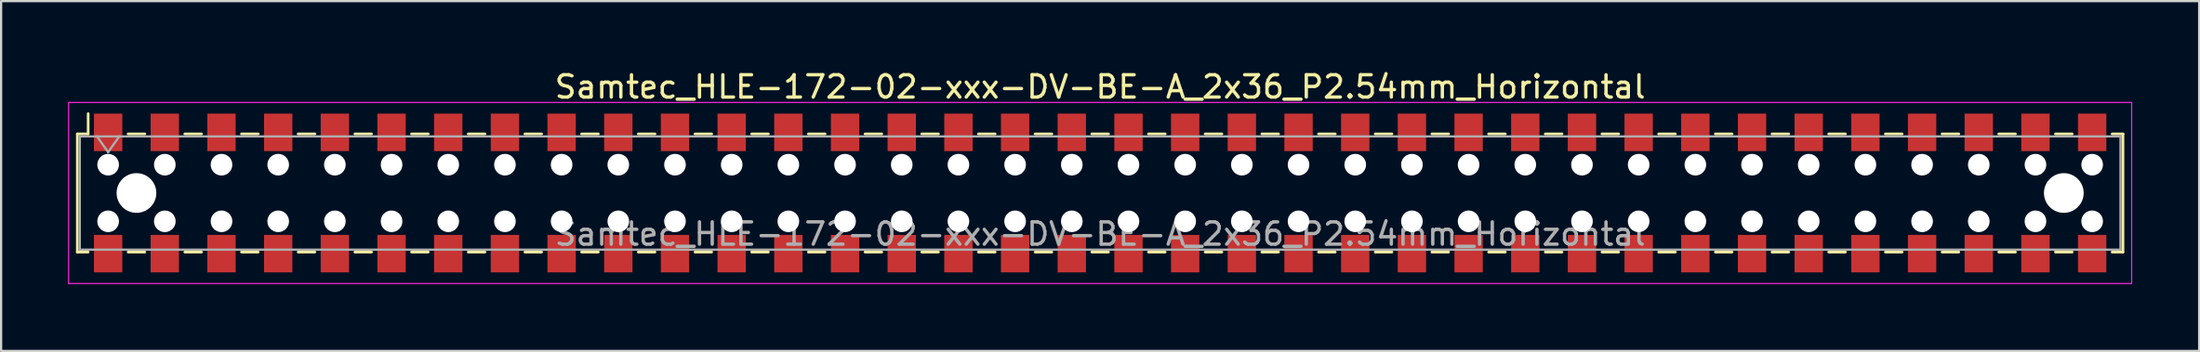
<source format=kicad_pcb>
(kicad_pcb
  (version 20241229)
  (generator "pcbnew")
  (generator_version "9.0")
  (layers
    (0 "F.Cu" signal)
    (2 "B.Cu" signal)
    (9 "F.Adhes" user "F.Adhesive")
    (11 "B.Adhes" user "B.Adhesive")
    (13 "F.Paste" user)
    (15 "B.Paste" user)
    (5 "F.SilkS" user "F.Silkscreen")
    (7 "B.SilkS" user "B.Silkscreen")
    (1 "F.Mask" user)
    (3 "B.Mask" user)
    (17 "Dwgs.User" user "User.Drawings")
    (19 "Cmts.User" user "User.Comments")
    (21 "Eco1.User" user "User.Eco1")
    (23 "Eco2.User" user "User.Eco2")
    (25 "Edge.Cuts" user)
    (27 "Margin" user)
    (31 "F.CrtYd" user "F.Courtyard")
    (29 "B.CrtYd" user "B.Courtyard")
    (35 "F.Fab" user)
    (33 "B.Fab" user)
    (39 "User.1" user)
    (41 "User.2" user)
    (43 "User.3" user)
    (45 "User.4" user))
  (footprint "Samtec_HLE-172-02-xxx-DV-BE-A_2x36_P2.54mm_Horizontal"
    (layer "F.Cu")
    (at 46.245 5.608)
    (property "Reference" "Samtec_HLE-172-02-xxx-DV-BE-A_2x36_P2.54mm_Horizontal" (at 0 -4.76 0) (layer "F.SilkS") (effects (font (size 1 1) (thickness 0.15))))
    (attr smd)
    (fp_line (start -45.83 -2.65) (end -45.83 2.65) (stroke (width 0.12) (type solid)) (layer "F.SilkS"))
    (fp_line (start -45.83 2.65) (end -45.345 2.65) (stroke (width 0.12) (type solid)) (layer "F.SilkS"))
    (fp_line (start -45.345 -3.56) (end -45.345 -2.65) (stroke (width 0.12) (type solid)) (layer "F.SilkS"))
    (fp_line (start -45.345 -2.65) (end -45.83 -2.65) (stroke (width 0.12) (type solid)) (layer "F.SilkS"))
    (fp_line (start -43.555 -2.65) (end -42.805 -2.65) (stroke (width 0.12) (type solid)) (layer "F.SilkS"))
    (fp_line (start -43.555 2.65) (end -42.805 2.65) (stroke (width 0.12) (type solid)) (layer "F.SilkS"))
    (fp_line (start -41.015 -2.65) (end -40.265 -2.65) (stroke (width 0.12) (type solid)) (layer "F.SilkS"))
    (fp_line (start -41.015 2.65) (end -40.265 2.65) (stroke (width 0.12) (type solid)) (layer "F.SilkS"))
    (fp_line (start -38.475 -2.65) (end -37.725 -2.65) (stroke (width 0.12) (type solid)) (layer "F.SilkS"))
    (fp_line (start -38.475 2.65) (end -37.725 2.65) (stroke (width 0.12) (type solid)) (layer "F.SilkS"))
    (fp_line (start -35.935 -2.65) (end -35.185 -2.65) (stroke (width 0.12) (type solid)) (layer "F.SilkS"))
    (fp_line (start -35.935 2.65) (end -35.185 2.65) (stroke (width 0.12) (type solid)) (layer "F.SilkS"))
    (fp_line (start -33.395 -2.65) (end -32.645 -2.65) (stroke (width 0.12) (type solid)) (layer "F.SilkS"))
    (fp_line (start -33.395 2.65) (end -32.645 2.65) (stroke (width 0.12) (type solid)) (layer "F.SilkS"))
    (fp_line (start -30.855 -2.65) (end -30.105 -2.65) (stroke (width 0.12) (type solid)) (layer "F.SilkS"))
    (fp_line (start -30.855 2.65) (end -30.105 2.65) (stroke (width 0.12) (type solid)) (layer "F.SilkS"))
    (fp_line (start -28.315 -2.65) (end -27.565 -2.65) (stroke (width 0.12) (type solid)) (layer "F.SilkS"))
    (fp_line (start -28.315 2.65) (end -27.565 2.65) (stroke (width 0.12) (type solid)) (layer "F.SilkS"))
    (fp_line (start -25.775 -2.65) (end -25.025 -2.65) (stroke (width 0.12) (type solid)) (layer "F.SilkS"))
    (fp_line (start -25.775 2.65) (end -25.025 2.65) (stroke (width 0.12) (type solid)) (layer "F.SilkS"))
    (fp_line (start -23.235 -2.65) (end -22.485 -2.65) (stroke (width 0.12) (type solid)) (layer "F.SilkS"))
    (fp_line (start -23.235 2.65) (end -22.485 2.65) (stroke (width 0.12) (type solid)) (layer "F.SilkS"))
    (fp_line (start -20.695 -2.65) (end -19.945 -2.65) (stroke (width 0.12) (type solid)) (layer "F.SilkS"))
    (fp_line (start -20.695 2.65) (end -19.945 2.65) (stroke (width 0.12) (type solid)) (layer "F.SilkS"))
    (fp_line (start -18.155 -2.65) (end -17.405 -2.65) (stroke (width 0.12) (type solid)) (layer "F.SilkS"))
    (fp_line (start -18.155 2.65) (end -17.405 2.65) (stroke (width 0.12) (type solid)) (layer "F.SilkS"))
    (fp_line (start -15.615 -2.65) (end -14.865 -2.65) (stroke (width 0.12) (type solid)) (layer "F.SilkS"))
    (fp_line (start -15.615 2.65) (end -14.865 2.65) (stroke (width 0.12) (type solid)) (layer "F.SilkS"))
    (fp_line (start -13.075 -2.65) (end -12.325 -2.65) (stroke (width 0.12) (type solid)) (layer "F.SilkS"))
    (fp_line (start -13.075 2.65) (end -12.325 2.65) (stroke (width 0.12) (type solid)) (layer "F.SilkS"))
    (fp_line (start -10.535 -2.65) (end -9.785 -2.65) (stroke (width 0.12) (type solid)) (layer "F.SilkS"))
    (fp_line (start -10.535 2.65) (end -9.785 2.65) (stroke (width 0.12) (type solid)) (layer "F.SilkS"))
    (fp_line (start -7.995 -2.65) (end -7.245 -2.65) (stroke (width 0.12) (type solid)) (layer "F.SilkS"))
    (fp_line (start -7.995 2.65) (end -7.245 2.65) (stroke (width 0.12) (type solid)) (layer "F.SilkS"))
    (fp_line (start -5.455 -2.65) (end -4.705 -2.65) (stroke (width 0.12) (type solid)) (layer "F.SilkS"))
    (fp_line (start -5.455 2.65) (end -4.705 2.65) (stroke (width 0.12) (type solid)) (layer "F.SilkS"))
    (fp_line (start -2.915 -2.65) (end -2.165 -2.65) (stroke (width 0.12) (type solid)) (layer "F.SilkS"))
    (fp_line (start -2.915 2.65) (end -2.165 2.65) (stroke (width 0.12) (type solid)) (layer "F.SilkS"))
    (fp_line (start -0.375 -2.65) (end 0.375 -2.65) (stroke (width 0.12) (type solid)) (layer "F.SilkS"))
    (fp_line (start -0.375 2.65) (end 0.375 2.65) (stroke (width 0.12) (type solid)) (layer "F.SilkS"))
    (fp_line (start 2.165 -2.65) (end 2.915 -2.65) (stroke (width 0.12) (type solid)) (layer "F.SilkS"))
    (fp_line (start 2.165 2.65) (end 2.915 2.65) (stroke (width 0.12) (type solid)) (layer "F.SilkS"))
    (fp_line (start 4.705 -2.65) (end 5.455 -2.65) (stroke (width 0.12) (type solid)) (layer "F.SilkS"))
    (fp_line (start 4.705 2.65) (end 5.455 2.65) (stroke (width 0.12) (type solid)) (layer "F.SilkS"))
    (fp_line (start 7.245 -2.65) (end 7.995 -2.65) (stroke (width 0.12) (type solid)) (layer "F.SilkS"))
    (fp_line (start 7.245 2.65) (end 7.995 2.65) (stroke (width 0.12) (type solid)) (layer "F.SilkS"))
    (fp_line (start 9.785 -2.65) (end 10.535 -2.65) (stroke (width 0.12) (type solid)) (layer "F.SilkS"))
    (fp_line (start 9.785 2.65) (end 10.535 2.65) (stroke (width 0.12) (type solid)) (layer "F.SilkS"))
    (fp_line (start 12.325 -2.65) (end 13.075 -2.65) (stroke (width 0.12) (type solid)) (layer "F.SilkS"))
    (fp_line (start 12.325 2.65) (end 13.075 2.65) (stroke (width 0.12) (type solid)) (layer "F.SilkS"))
    (fp_line (start 14.865 -2.65) (end 15.615 -2.65) (stroke (width 0.12) (type solid)) (layer "F.SilkS"))
    (fp_line (start 14.865 2.65) (end 15.615 2.65) (stroke (width 0.12) (type solid)) (layer "F.SilkS"))
    (fp_line (start 17.405 -2.65) (end 18.155 -2.65) (stroke (width 0.12) (type solid)) (layer "F.SilkS"))
    (fp_line (start 17.405 2.65) (end 18.155 2.65) (stroke (width 0.12) (type solid)) (layer "F.SilkS"))
    (fp_line (start 19.945 -2.65) (end 20.695 -2.65) (stroke (width 0.12) (type solid)) (layer "F.SilkS"))
    (fp_line (start 19.945 2.65) (end 20.695 2.65) (stroke (width 0.12) (type solid)) (layer "F.SilkS"))
    (fp_line (start 22.485 -2.65) (end 23.235 -2.65) (stroke (width 0.12) (type solid)) (layer "F.SilkS"))
    (fp_line (start 22.485 2.65) (end 23.235 2.65) (stroke (width 0.12) (type solid)) (layer "F.SilkS"))
    (fp_line (start 25.025 -2.65) (end 25.775 -2.65) (stroke (width 0.12) (type solid)) (layer "F.SilkS"))
    (fp_line (start 25.025 2.65) (end 25.775 2.65) (stroke (width 0.12) (type solid)) (layer "F.SilkS"))
    (fp_line (start 27.565 -2.65) (end 28.315 -2.65) (stroke (width 0.12) (type solid)) (layer "F.SilkS"))
    (fp_line (start 27.565 2.65) (end 28.315 2.65) (stroke (width 0.12) (type solid)) (layer "F.SilkS"))
    (fp_line (start 30.105 -2.65) (end 30.855 -2.65) (stroke (width 0.12) (type solid)) (layer "F.SilkS"))
    (fp_line (start 30.105 2.65) (end 30.855 2.65) (stroke (width 0.12) (type solid)) (layer "F.SilkS"))
    (fp_line (start 32.645 -2.65) (end 33.395 -2.65) (stroke (width 0.12) (type solid)) (layer "F.SilkS"))
    (fp_line (start 32.645 2.65) (end 33.395 2.65) (stroke (width 0.12) (type solid)) (layer "F.SilkS"))
    (fp_line (start 35.185 -2.65) (end 35.935 -2.65) (stroke (width 0.12) (type solid)) (layer "F.SilkS"))
    (fp_line (start 35.185 2.65) (end 35.935 2.65) (stroke (width 0.12) (type solid)) (layer "F.SilkS"))
    (fp_line (start 37.725 -2.65) (end 38.475 -2.65) (stroke (width 0.12) (type solid)) (layer "F.SilkS"))
    (fp_line (start 37.725 2.65) (end 38.475 2.65) (stroke (width 0.12) (type solid)) (layer "F.SilkS"))
    (fp_line (start 40.265 -2.65) (end 41.015 -2.65) (stroke (width 0.12) (type solid)) (layer "F.SilkS"))
    (fp_line (start 40.265 2.65) (end 41.015 2.65) (stroke (width 0.12) (type solid)) (layer "F.SilkS"))
    (fp_line (start 42.805 -2.65) (end 43.555 -2.65) (stroke (width 0.12) (type solid)) (layer "F.SilkS"))
    (fp_line (start 42.805 2.65) (end 43.555 2.65) (stroke (width 0.12) (type solid)) (layer "F.SilkS"))
    (fp_line (start 45.345 -2.65) (end 45.83 -2.65) (stroke (width 0.12) (type solid)) (layer "F.SilkS"))
    (fp_line (start 45.83 -2.65) (end 45.83 2.65) (stroke (width 0.12) (type solid)) (layer "F.SilkS"))
    (fp_line (start 45.83 2.65) (end 45.345 2.65) (stroke (width 0.12) (type solid)) (layer "F.SilkS"))
    (fp_line (start -46.22 -4.06) (end 46.22 -4.06) (stroke (width 0.05) (type solid)) (layer "F.CrtYd"))
    (fp_line (start -46.22 4.06) (end -46.22 -4.06) (stroke (width 0.05) (type solid)) (layer "F.CrtYd"))
    (fp_line (start 46.22 -4.06) (end 46.22 4.06) (stroke (width 0.05) (type solid)) (layer "F.CrtYd"))
    (fp_line (start 46.22 4.06) (end -46.22 4.06) (stroke (width 0.05) (type solid)) (layer "F.CrtYd"))
    (fp_line (start -45.72 -2.54) (end 45.72 -2.54) (stroke (width 0.1) (type solid)) (layer "F.Fab"))
    (fp_line (start -45.72 2.54) (end -45.72 -2.54) (stroke (width 0.1) (type solid)) (layer "F.Fab"))
    (fp_line (start -44.95 -2.54) (end -44.45 -1.833) (stroke (width 0.1) (type solid)) (layer "F.Fab"))
    (fp_line (start -44.45 -1.833) (end -43.95 -2.54) (stroke (width 0.1) (type solid)) (layer "F.Fab"))
    (fp_line (start 45.72 -2.54) (end 45.72 2.54) (stroke (width 0.1) (type solid)) (layer "F.Fab"))
    (fp_line (start 45.72 2.54) (end -45.72 2.54) (stroke (width 0.1) (type solid)) (layer "F.Fab"))
    (fp_text user "${REFERENCE}" (at 0 1.84 0) (layer "F.Fab") (effects (font (size 1 1) (thickness 0.15))))
    (pad "" np_thru_hole circle (at -44.45 -1.27) (size 0.97 0.97) (drill 0.97) (layers "*.Cu" "*.Mask"))
    (pad "" np_thru_hole circle (at -44.45 1.27) (size 0.97 0.97) (drill 0.97) (layers "*.Cu" "*.Mask"))
    (pad "" np_thru_hole circle (at -43.18 0) (size 1.78 1.78) (drill 1.78) (layers "*.Cu" "*.Mask"))
    (pad "" np_thru_hole circle (at -41.91 -1.27) (size 0.97 0.97) (drill 0.97) (layers "*.Cu" "*.Mask"))
    (pad "" np_thru_hole circle (at -41.91 1.27) (size 0.97 0.97) (drill 0.97) (layers "*.Cu" "*.Mask"))
    (pad "" np_thru_hole circle (at -39.37 -1.27) (size 0.97 0.97) (drill 0.97) (layers "*.Cu" "*.Mask"))
    (pad "" np_thru_hole circle (at -39.37 1.27) (size 0.97 0.97) (drill 0.97) (layers "*.Cu" "*.Mask"))
    (pad "" np_thru_hole circle (at -36.83 -1.27) (size 0.97 0.97) (drill 0.97) (layers "*.Cu" "*.Mask"))
    (pad "" np_thru_hole circle (at -36.83 1.27) (size 0.97 0.97) (drill 0.97) (layers "*.Cu" "*.Mask"))
    (pad "" np_thru_hole circle (at -34.29 -1.27) (size 0.97 0.97) (drill 0.97) (layers "*.Cu" "*.Mask"))
    (pad "" np_thru_hole circle (at -34.29 1.27) (size 0.97 0.97) (drill 0.97) (layers "*.Cu" "*.Mask"))
    (pad "" np_thru_hole circle (at -31.75 -1.27) (size 0.97 0.97) (drill 0.97) (layers "*.Cu" "*.Mask"))
    (pad "" np_thru_hole circle (at -31.75 1.27) (size 0.97 0.97) (drill 0.97) (layers "*.Cu" "*.Mask"))
    (pad "" np_thru_hole circle (at -29.21 -1.27) (size 0.97 0.97) (drill 0.97) (layers "*.Cu" "*.Mask"))
    (pad "" np_thru_hole circle (at -29.21 1.27) (size 0.97 0.97) (drill 0.97) (layers "*.Cu" "*.Mask"))
    (pad "" np_thru_hole circle (at -26.67 -1.27) (size 0.97 0.97) (drill 0.97) (layers "*.Cu" "*.Mask"))
    (pad "" np_thru_hole circle (at -26.67 1.27) (size 0.97 0.97) (drill 0.97) (layers "*.Cu" "*.Mask"))
    (pad "" np_thru_hole circle (at -24.13 -1.27) (size 0.97 0.97) (drill 0.97) (layers "*.Cu" "*.Mask"))
    (pad "" np_thru_hole circle (at -24.13 1.27) (size 0.97 0.97) (drill 0.97) (layers "*.Cu" "*.Mask"))
    (pad "" np_thru_hole circle (at -21.59 -1.27) (size 0.97 0.97) (drill 0.97) (layers "*.Cu" "*.Mask"))
    (pad "" np_thru_hole circle (at -21.59 1.27) (size 0.97 0.97) (drill 0.97) (layers "*.Cu" "*.Mask"))
    (pad "" np_thru_hole circle (at -19.05 -1.27) (size 0.97 0.97) (drill 0.97) (layers "*.Cu" "*.Mask"))
    (pad "" np_thru_hole circle (at -19.05 1.27) (size 0.97 0.97) (drill 0.97) (layers "*.Cu" "*.Mask"))
    (pad "" np_thru_hole circle (at -16.51 -1.27) (size 0.97 0.97) (drill 0.97) (layers "*.Cu" "*.Mask"))
    (pad "" np_thru_hole circle (at -16.51 1.27) (size 0.97 0.97) (drill 0.97) (layers "*.Cu" "*.Mask"))
    (pad "" np_thru_hole circle (at -13.97 -1.27) (size 0.97 0.97) (drill 0.97) (layers "*.Cu" "*.Mask"))
    (pad "" np_thru_hole circle (at -13.97 1.27) (size 0.97 0.97) (drill 0.97) (layers "*.Cu" "*.Mask"))
    (pad "" np_thru_hole circle (at -11.43 -1.27) (size 0.97 0.97) (drill 0.97) (layers "*.Cu" "*.Mask"))
    (pad "" np_thru_hole circle (at -11.43 1.27) (size 0.97 0.97) (drill 0.97) (layers "*.Cu" "*.Mask"))
    (pad "" np_thru_hole circle (at -8.89 -1.27) (size 0.97 0.97) (drill 0.97) (layers "*.Cu" "*.Mask"))
    (pad "" np_thru_hole circle (at -8.89 1.27) (size 0.97 0.97) (drill 0.97) (layers "*.Cu" "*.Mask"))
    (pad "" np_thru_hole circle (at -6.35 -1.27) (size 0.97 0.97) (drill 0.97) (layers "*.Cu" "*.Mask"))
    (pad "" np_thru_hole circle (at -6.35 1.27) (size 0.97 0.97) (drill 0.97) (layers "*.Cu" "*.Mask"))
    (pad "" np_thru_hole circle (at -3.81 -1.27) (size 0.97 0.97) (drill 0.97) (layers "*.Cu" "*.Mask"))
    (pad "" np_thru_hole circle (at -3.81 1.27) (size 0.97 0.97) (drill 0.97) (layers "*.Cu" "*.Mask"))
    (pad "" np_thru_hole circle (at -1.27 -1.27) (size 0.97 0.97) (drill 0.97) (layers "*.Cu" "*.Mask"))
    (pad "" np_thru_hole circle (at -1.27 1.27) (size 0.97 0.97) (drill 0.97) (layers "*.Cu" "*.Mask"))
    (pad "" np_thru_hole circle (at 1.27 -1.27) (size 0.97 0.97) (drill 0.97) (layers "*.Cu" "*.Mask"))
    (pad "" np_thru_hole circle (at 1.27 1.27) (size 0.97 0.97) (drill 0.97) (layers "*.Cu" "*.Mask"))
    (pad "" np_thru_hole circle (at 3.81 -1.27) (size 0.97 0.97) (drill 0.97) (layers "*.Cu" "*.Mask"))
    (pad "" np_thru_hole circle (at 3.81 1.27) (size 0.97 0.97) (drill 0.97) (layers "*.Cu" "*.Mask"))
    (pad "" np_thru_hole circle (at 6.35 -1.27) (size 0.97 0.97) (drill 0.97) (layers "*.Cu" "*.Mask"))
    (pad "" np_thru_hole circle (at 6.35 1.27) (size 0.97 0.97) (drill 0.97) (layers "*.Cu" "*.Mask"))
    (pad "" np_thru_hole circle (at 8.89 -1.27) (size 0.97 0.97) (drill 0.97) (layers "*.Cu" "*.Mask"))
    (pad "" np_thru_hole circle (at 8.89 1.27) (size 0.97 0.97) (drill 0.97) (layers "*.Cu" "*.Mask"))
    (pad "" np_thru_hole circle (at 11.43 -1.27) (size 0.97 0.97) (drill 0.97) (layers "*.Cu" "*.Mask"))
    (pad "" np_thru_hole circle (at 11.43 1.27) (size 0.97 0.97) (drill 0.97) (layers "*.Cu" "*.Mask"))
    (pad "" np_thru_hole circle (at 13.97 -1.27) (size 0.97 0.97) (drill 0.97) (layers "*.Cu" "*.Mask"))
    (pad "" np_thru_hole circle (at 13.97 1.27) (size 0.97 0.97) (drill 0.97) (layers "*.Cu" "*.Mask"))
    (pad "" np_thru_hole circle (at 16.51 -1.27) (size 0.97 0.97) (drill 0.97) (layers "*.Cu" "*.Mask"))
    (pad "" np_thru_hole circle (at 16.51 1.27) (size 0.97 0.97) (drill 0.97) (layers "*.Cu" "*.Mask"))
    (pad "" np_thru_hole circle (at 19.05 -1.27) (size 0.97 0.97) (drill 0.97) (layers "*.Cu" "*.Mask"))
    (pad "" np_thru_hole circle (at 19.05 1.27) (size 0.97 0.97) (drill 0.97) (layers "*.Cu" "*.Mask"))
    (pad "" np_thru_hole circle (at 21.59 -1.27) (size 0.97 0.97) (drill 0.97) (layers "*.Cu" "*.Mask"))
    (pad "" np_thru_hole circle (at 21.59 1.27) (size 0.97 0.97) (drill 0.97) (layers "*.Cu" "*.Mask"))
    (pad "" np_thru_hole circle (at 24.13 -1.27) (size 0.97 0.97) (drill 0.97) (layers "*.Cu" "*.Mask"))
    (pad "" np_thru_hole circle (at 24.13 1.27) (size 0.97 0.97) (drill 0.97) (layers "*.Cu" "*.Mask"))
    (pad "" np_thru_hole circle (at 26.67 -1.27) (size 0.97 0.97) (drill 0.97) (layers "*.Cu" "*.Mask"))
    (pad "" np_thru_hole circle (at 26.67 1.27) (size 0.97 0.97) (drill 0.97) (layers "*.Cu" "*.Mask"))
    (pad "" np_thru_hole circle (at 29.21 -1.27) (size 0.97 0.97) (drill 0.97) (layers "*.Cu" "*.Mask"))
    (pad "" np_thru_hole circle (at 29.21 1.27) (size 0.97 0.97) (drill 0.97) (layers "*.Cu" "*.Mask"))
    (pad "" np_thru_hole circle (at 31.75 -1.27) (size 0.97 0.97) (drill 0.97) (layers "*.Cu" "*.Mask"))
    (pad "" np_thru_hole circle (at 31.75 1.27) (size 0.97 0.97) (drill 0.97) (layers "*.Cu" "*.Mask"))
    (pad "" np_thru_hole circle (at 34.29 -1.27) (size 0.97 0.97) (drill 0.97) (layers "*.Cu" "*.Mask"))
    (pad "" np_thru_hole circle (at 34.29 1.27) (size 0.97 0.97) (drill 0.97) (layers "*.Cu" "*.Mask"))
    (pad "" np_thru_hole circle (at 36.83 -1.27) (size 0.97 0.97) (drill 0.97) (layers "*.Cu" "*.Mask"))
    (pad "" np_thru_hole circle (at 36.83 1.27) (size 0.97 0.97) (drill 0.97) (layers "*.Cu" "*.Mask"))
    (pad "" np_thru_hole circle (at 39.37 -1.27) (size 0.97 0.97) (drill 0.97) (layers "*.Cu" "*.Mask"))
    (pad "" np_thru_hole circle (at 39.37 1.27) (size 0.97 0.97) (drill 0.97) (layers "*.Cu" "*.Mask"))
    (pad "" np_thru_hole circle (at 41.91 -1.27) (size 0.97 0.97) (drill 0.97) (layers "*.Cu" "*.Mask"))
    (pad "" np_thru_hole circle (at 41.91 1.27) (size 0.97 0.97) (drill 0.97) (layers "*.Cu" "*.Mask"))
    (pad "" np_thru_hole circle (at 43.18 0) (size 1.78 1.78) (drill 1.78) (layers "*.Cu" "*.Mask"))
    (pad "" np_thru_hole circle (at 44.45 -1.27) (size 0.97 0.97) (drill 0.97) (layers "*.Cu" "*.Mask"))
    (pad "" np_thru_hole circle (at 44.45 1.27) (size 0.97 0.97) (drill 0.97) (layers "*.Cu" "*.Mask"))
    (pad "1" smd rect (at -44.45 -2.72) (size 1.27 1.68) (layers "F.Cu" "F.Mask" "F.Paste"))
    (pad "2" smd rect (at -44.45 2.72) (size 1.27 1.68) (layers "F.Cu" "F.Mask" "F.Paste"))
    (pad "3" smd rect (at -41.91 -2.72) (size 1.27 1.68) (layers "F.Cu" "F.Mask" "F.Paste"))
    (pad "4" smd rect (at -41.91 2.72) (size 1.27 1.68) (layers "F.Cu" "F.Mask" "F.Paste"))
    (pad "5" smd rect (at -39.37 -2.72) (size 1.27 1.68) (layers "F.Cu" "F.Mask" "F.Paste"))
    (pad "6" smd rect (at -39.37 2.72) (size 1.27 1.68) (layers "F.Cu" "F.Mask" "F.Paste"))
    (pad "7" smd rect (at -36.83 -2.72) (size 1.27 1.68) (layers "F.Cu" "F.Mask" "F.Paste"))
    (pad "8" smd rect (at -36.83 2.72) (size 1.27 1.68) (layers "F.Cu" "F.Mask" "F.Paste"))
    (pad "9" smd rect (at -34.29 -2.72) (size 1.27 1.68) (layers "F.Cu" "F.Mask" "F.Paste"))
    (pad "10" smd rect (at -34.29 2.72) (size 1.27 1.68) (layers "F.Cu" "F.Mask" "F.Paste"))
    (pad "11" smd rect (at -31.75 -2.72) (size 1.27 1.68) (layers "F.Cu" "F.Mask" "F.Paste"))
    (pad "12" smd rect (at -31.75 2.72) (size 1.27 1.68) (layers "F.Cu" "F.Mask" "F.Paste"))
    (pad "13" smd rect (at -29.21 -2.72) (size 1.27 1.68) (layers "F.Cu" "F.Mask" "F.Paste"))
    (pad "14" smd rect (at -29.21 2.72) (size 1.27 1.68) (layers "F.Cu" "F.Mask" "F.Paste"))
    (pad "15" smd rect (at -26.67 -2.72) (size 1.27 1.68) (layers "F.Cu" "F.Mask" "F.Paste"))
    (pad "16" smd rect (at -26.67 2.72) (size 1.27 1.68) (layers "F.Cu" "F.Mask" "F.Paste"))
    (pad "17" smd rect (at -24.13 -2.72) (size 1.27 1.68) (layers "F.Cu" "F.Mask" "F.Paste"))
    (pad "18" smd rect (at -24.13 2.72) (size 1.27 1.68) (layers "F.Cu" "F.Mask" "F.Paste"))
    (pad "19" smd rect (at -21.59 -2.72) (size 1.27 1.68) (layers "F.Cu" "F.Mask" "F.Paste"))
    (pad "20" smd rect (at -21.59 2.72) (size 1.27 1.68) (layers "F.Cu" "F.Mask" "F.Paste"))
    (pad "21" smd rect (at -19.05 -2.72) (size 1.27 1.68) (layers "F.Cu" "F.Mask" "F.Paste"))
    (pad "22" smd rect (at -19.05 2.72) (size 1.27 1.68) (layers "F.Cu" "F.Mask" "F.Paste"))
    (pad "23" smd rect (at -16.51 -2.72) (size 1.27 1.68) (layers "F.Cu" "F.Mask" "F.Paste"))
    (pad "24" smd rect (at -16.51 2.72) (size 1.27 1.68) (layers "F.Cu" "F.Mask" "F.Paste"))
    (pad "25" smd rect (at -13.97 -2.72) (size 1.27 1.68) (layers "F.Cu" "F.Mask" "F.Paste"))
    (pad "26" smd rect (at -13.97 2.72) (size 1.27 1.68) (layers "F.Cu" "F.Mask" "F.Paste"))
    (pad "27" smd rect (at -11.43 -2.72) (size 1.27 1.68) (layers "F.Cu" "F.Mask" "F.Paste"))
    (pad "28" smd rect (at -11.43 2.72) (size 1.27 1.68) (layers "F.Cu" "F.Mask" "F.Paste"))
    (pad "29" smd rect (at -8.89 -2.72) (size 1.27 1.68) (layers "F.Cu" "F.Mask" "F.Paste"))
    (pad "30" smd rect (at -8.89 2.72) (size 1.27 1.68) (layers "F.Cu" "F.Mask" "F.Paste"))
    (pad "31" smd rect (at -6.35 -2.72) (size 1.27 1.68) (layers "F.Cu" "F.Mask" "F.Paste"))
    (pad "32" smd rect (at -6.35 2.72) (size 1.27 1.68) (layers "F.Cu" "F.Mask" "F.Paste"))
    (pad "33" smd rect (at -3.81 -2.72) (size 1.27 1.68) (layers "F.Cu" "F.Mask" "F.Paste"))
    (pad "34" smd rect (at -3.81 2.72) (size 1.27 1.68) (layers "F.Cu" "F.Mask" "F.Paste"))
    (pad "35" smd rect (at -1.27 -2.72) (size 1.27 1.68) (layers "F.Cu" "F.Mask" "F.Paste"))
    (pad "36" smd rect (at -1.27 2.72) (size 1.27 1.68) (layers "F.Cu" "F.Mask" "F.Paste"))
    (pad "37" smd rect (at 1.27 -2.72) (size 1.27 1.68) (layers "F.Cu" "F.Mask" "F.Paste"))
    (pad "38" smd rect (at 1.27 2.72) (size 1.27 1.68) (layers "F.Cu" "F.Mask" "F.Paste"))
    (pad "39" smd rect (at 3.81 -2.72) (size 1.27 1.68) (layers "F.Cu" "F.Mask" "F.Paste"))
    (pad "40" smd rect (at 3.81 2.72) (size 1.27 1.68) (layers "F.Cu" "F.Mask" "F.Paste"))
    (pad "41" smd rect (at 6.35 -2.72) (size 1.27 1.68) (layers "F.Cu" "F.Mask" "F.Paste"))
    (pad "42" smd rect (at 6.35 2.72) (size 1.27 1.68) (layers "F.Cu" "F.Mask" "F.Paste"))
    (pad "43" smd rect (at 8.89 -2.72) (size 1.27 1.68) (layers "F.Cu" "F.Mask" "F.Paste"))
    (pad "44" smd rect (at 8.89 2.72) (size 1.27 1.68) (layers "F.Cu" "F.Mask" "F.Paste"))
    (pad "45" smd rect (at 11.43 -2.72) (size 1.27 1.68) (layers "F.Cu" "F.Mask" "F.Paste"))
    (pad "46" smd rect (at 11.43 2.72) (size 1.27 1.68) (layers "F.Cu" "F.Mask" "F.Paste"))
    (pad "47" smd rect (at 13.97 -2.72) (size 1.27 1.68) (layers "F.Cu" "F.Mask" "F.Paste"))
    (pad "48" smd rect (at 13.97 2.72) (size 1.27 1.68) (layers "F.Cu" "F.Mask" "F.Paste"))
    (pad "49" smd rect (at 16.51 -2.72) (size 1.27 1.68) (layers "F.Cu" "F.Mask" "F.Paste"))
    (pad "50" smd rect (at 16.51 2.72) (size 1.27 1.68) (layers "F.Cu" "F.Mask" "F.Paste"))
    (pad "51" smd rect (at 19.05 -2.72) (size 1.27 1.68) (layers "F.Cu" "F.Mask" "F.Paste"))
    (pad "52" smd rect (at 19.05 2.72) (size 1.27 1.68) (layers "F.Cu" "F.Mask" "F.Paste"))
    (pad "53" smd rect (at 21.59 -2.72) (size 1.27 1.68) (layers "F.Cu" "F.Mask" "F.Paste"))
    (pad "54" smd rect (at 21.59 2.72) (size 1.27 1.68) (layers "F.Cu" "F.Mask" "F.Paste"))
    (pad "55" smd rect (at 24.13 -2.72) (size 1.27 1.68) (layers "F.Cu" "F.Mask" "F.Paste"))
    (pad "56" smd rect (at 24.13 2.72) (size 1.27 1.68) (layers "F.Cu" "F.Mask" "F.Paste"))
    (pad "57" smd rect (at 26.67 -2.72) (size 1.27 1.68) (layers "F.Cu" "F.Mask" "F.Paste"))
    (pad "58" smd rect (at 26.67 2.72) (size 1.27 1.68) (layers "F.Cu" "F.Mask" "F.Paste"))
    (pad "59" smd rect (at 29.21 -2.72) (size 1.27 1.68) (layers "F.Cu" "F.Mask" "F.Paste"))
    (pad "60" smd rect (at 29.21 2.72) (size 1.27 1.68) (layers "F.Cu" "F.Mask" "F.Paste"))
    (pad "61" smd rect (at 31.75 -2.72) (size 1.27 1.68) (layers "F.Cu" "F.Mask" "F.Paste"))
    (pad "62" smd rect (at 31.75 2.72) (size 1.27 1.68) (layers "F.Cu" "F.Mask" "F.Paste"))
    (pad "63" smd rect (at 34.29 -2.72) (size 1.27 1.68) (layers "F.Cu" "F.Mask" "F.Paste"))
    (pad "64" smd rect (at 34.29 2.72) (size 1.27 1.68) (layers "F.Cu" "F.Mask" "F.Paste"))
    (pad "65" smd rect (at 36.83 -2.72) (size 1.27 1.68) (layers "F.Cu" "F.Mask" "F.Paste"))
    (pad "66" smd rect (at 36.83 2.72) (size 1.27 1.68) (layers "F.Cu" "F.Mask" "F.Paste"))
    (pad "67" smd rect (at 39.37 -2.72) (size 1.27 1.68) (layers "F.Cu" "F.Mask" "F.Paste"))
    (pad "68" smd rect (at 39.37 2.72) (size 1.27 1.68) (layers "F.Cu" "F.Mask" "F.Paste"))
    (pad "69" smd rect (at 41.91 -2.72) (size 1.27 1.68) (layers "F.Cu" "F.Mask" "F.Paste"))
    (pad "70" smd rect (at 41.91 2.72) (size 1.27 1.68) (layers "F.Cu" "F.Mask" "F.Paste"))
    (pad "71" smd rect (at 44.45 -2.72) (size 1.27 1.68) (layers "F.Cu" "F.Mask" "F.Paste"))
    (pad "72" smd rect (at 44.45 2.72) (size 1.27 1.68) (layers "F.Cu" "F.Mask" "F.Paste")))
  (gr_rect
    (start -3 -3)
    (end 95.49 12.693)
    (stroke (width 0.1) (type default))
    (fill no)
    (layer "Edge.Cuts")))
</source>
